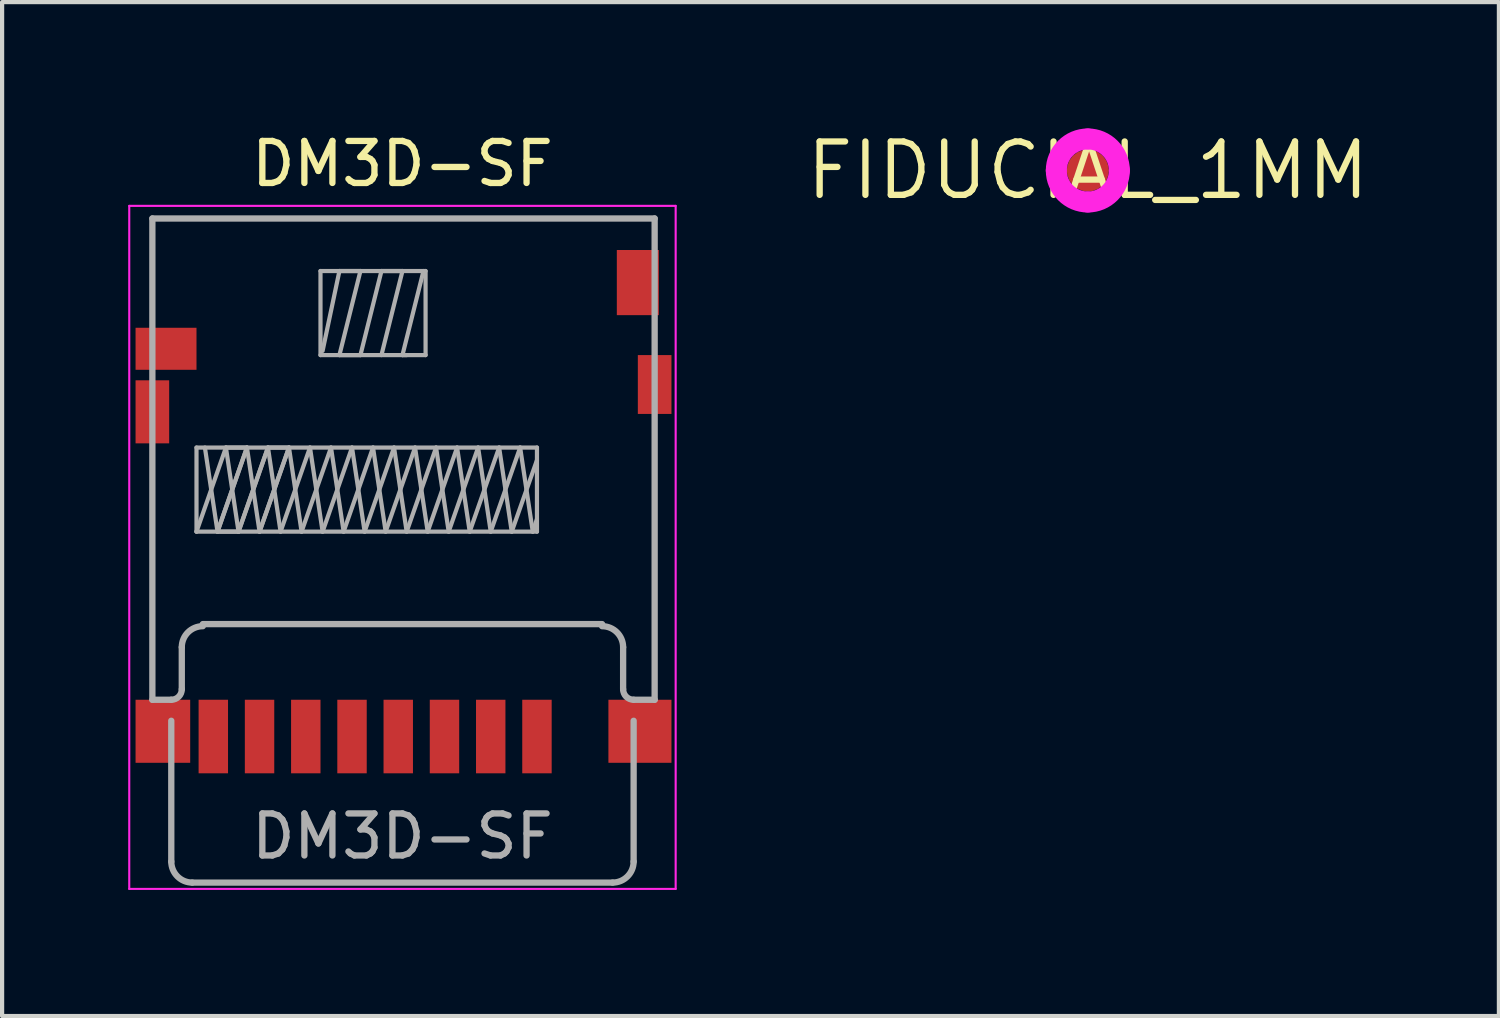
<source format=kicad_pcb>
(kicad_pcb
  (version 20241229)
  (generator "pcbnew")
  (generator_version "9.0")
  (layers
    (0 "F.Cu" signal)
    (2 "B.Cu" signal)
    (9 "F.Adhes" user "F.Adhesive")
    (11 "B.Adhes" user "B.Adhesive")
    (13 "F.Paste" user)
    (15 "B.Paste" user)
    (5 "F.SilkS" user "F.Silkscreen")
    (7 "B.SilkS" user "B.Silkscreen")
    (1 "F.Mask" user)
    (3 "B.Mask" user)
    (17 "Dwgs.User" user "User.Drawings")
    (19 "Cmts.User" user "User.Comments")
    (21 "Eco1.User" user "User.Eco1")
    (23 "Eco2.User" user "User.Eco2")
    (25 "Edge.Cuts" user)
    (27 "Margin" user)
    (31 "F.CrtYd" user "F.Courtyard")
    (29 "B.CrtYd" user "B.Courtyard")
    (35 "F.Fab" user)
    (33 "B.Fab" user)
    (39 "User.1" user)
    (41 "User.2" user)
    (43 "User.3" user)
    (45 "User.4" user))
  (footprint "DM3D-SF"
    (layer "F.Cu")
    (at 6.525 13.598)
    (property "Reference" "DM3D-SF" (at 0 -12.75 0) (layer "F.SilkS") (effects (font (size 1 1) (thickness 0.15))))
    (attr smd)
    (fp_line (start -6.5 -11.75) (end 6.5 -11.75) (stroke (width 0.05) (type solid)) (layer "F.CrtYd"))
    (fp_line (start -6.5 4.5) (end -6.5 -11.75) (stroke (width 0.05) (type solid)) (layer "F.CrtYd"))
    (fp_line (start 6.5 -11.75) (end 6.5 4.5) (stroke (width 0.05) (type solid)) (layer "F.CrtYd"))
    (fp_line (start 6.5 4.5) (end -6.5 4.5) (stroke (width 0.05) (type solid)) (layer "F.CrtYd"))
    (fp_line (start -5.95 -11.45) (end 6 -11.45) (stroke (width 0.15) (type solid)) (layer "F.Fab"))
    (fp_line (start -5.95 0) (end -5.95 -11.45) (stroke (width 0.15) (type solid)) (layer "F.Fab"))
    (fp_line (start -5.95 0) (end -5.5 0) (stroke (width 0.15) (type solid)) (layer "F.Fab"))
    (fp_line (start -5.5 0.5) (end -5.5 3.85) (stroke (width 0.15) (type solid)) (layer "F.Fab"))
    (fp_line (start -5.25 -0.25) (end -5.25 -1.25) (stroke (width 0.15) (type solid)) (layer "F.Fab"))
    (fp_line (start -5 4.35) (end 5 4.35) (stroke (width 0.15) (type solid)) (layer "F.Fab"))
    (fp_line (start -4.9 -6) (end -4.9 -4) (stroke (width 0.1) (type solid)) (layer "F.Fab"))
    (fp_line (start -4.9 -6) (end 3.2 -6) (stroke (width 0.1) (type solid)) (layer "F.Fab"))
    (fp_line (start -4.9 -4) (end -4.2 -6) (stroke (width 0.1) (type solid)) (layer "F.Fab"))
    (fp_line (start -4.9 -4) (end 3.2 -4) (stroke (width 0.1) (type solid)) (layer "F.Fab"))
    (fp_line (start -4.75 -1.8) (end 4.75 -1.8) (stroke (width 0.15) (type solid)) (layer "F.Fab"))
    (fp_line (start -4.7 -6) (end -4.4 -4) (stroke (width 0.1) (type solid)) (layer "F.Fab"))
    (fp_line (start -4.4 -4) (end -3.9 -4) (stroke (width 0.1) (type solid)) (layer "F.Fab"))
    (fp_line (start -4.4 -4) (end -3.7 -6) (stroke (width 0.1) (type solid)) (layer "F.Fab"))
    (fp_line (start -4.2 -6) (end -3.9 -4) (stroke (width 0.1) (type solid)) (layer "F.Fab"))
    (fp_line (start -4.2 -6) (end -3.7 -6) (stroke (width 0.1) (type solid)) (layer "F.Fab"))
    (fp_line (start -3.9 -4) (end -3.2 -6) (stroke (width 0.1) (type solid)) (layer "F.Fab"))
    (fp_line (start -3.9 -4) (end -3.2 -6) (stroke (width 0.1) (type solid)) (layer "F.Fab"))
    (fp_line (start -3.7 -6) (end -4.4 -4) (stroke (width 0.1) (type solid)) (layer "F.Fab"))
    (fp_line (start -3.7 -6) (end -3.4 -4) (stroke (width 0.1) (type solid)) (layer "F.Fab"))
    (fp_line (start -3.4 -4) (end -2.7 -6) (stroke (width 0.1) (type solid)) (layer "F.Fab"))
    (fp_line (start -3.2 -6) (end -2.9 -4) (stroke (width 0.1) (type solid)) (layer "F.Fab"))
    (fp_line (start -3.2 -6) (end -2.7 -6) (stroke (width 0.1) (type solid)) (layer "F.Fab"))
    (fp_line (start -2.9 -4) (end -2.2 -6) (stroke (width 0.1) (type solid)) (layer "F.Fab"))
    (fp_line (start -2.7 -6) (end -3.4 -4) (stroke (width 0.1) (type solid)) (layer "F.Fab"))
    (fp_line (start -2.7 -6) (end -2.4 -4) (stroke (width 0.1) (type solid)) (layer "F.Fab"))
    (fp_line (start -2.4 -4) (end -1.7 -6) (stroke (width 0.1) (type solid)) (layer "F.Fab"))
    (fp_line (start -2.2 -6) (end -1.9 -4) (stroke (width 0.1) (type solid)) (layer "F.Fab"))
    (fp_line (start -1.95 -10.2) (end -1.95 -8.2) (stroke (width 0.1) (type solid)) (layer "F.Fab"))
    (fp_line (start -1.9 -8.3) (end -1.5 -10.2) (stroke (width 0.1) (type solid)) (layer "F.Fab"))
    (fp_line (start -1.9 -4) (end -1.2 -6) (stroke (width 0.1) (type solid)) (layer "F.Fab"))
    (fp_line (start -1.7 -6) (end -1.4 -4) (stroke (width 0.1) (type solid)) (layer "F.Fab"))
    (fp_line (start -1.5 -10.2) (end -1 -10.2) (stroke (width 0.1) (type solid)) (layer "F.Fab"))
    (fp_line (start -1.5 -8.2) (end -1 -8.2) (stroke (width 0.1) (type solid)) (layer "F.Fab"))
    (fp_line (start -1.4 -4) (end -0.7 -6) (stroke (width 0.1) (type solid)) (layer "F.Fab"))
    (fp_line (start -1.2 -6) (end -0.9 -4) (stroke (width 0.1) (type solid)) (layer "F.Fab"))
    (fp_line (start -1 -10.2) (end -1.5 -8.2) (stroke (width 0.1) (type solid)) (layer "F.Fab"))
    (fp_line (start -1 -8.2) (end -0.5 -10.2) (stroke (width 0.1) (type solid)) (layer "F.Fab"))
    (fp_line (start -0.9 -4) (end -0.2 -6) (stroke (width 0.1) (type solid)) (layer "F.Fab"))
    (fp_line (start -0.7 -6) (end -0.4 -4) (stroke (width 0.1) (type solid)) (layer "F.Fab"))
    (fp_line (start -0.5 -10.2) (end 0 -10.2) (stroke (width 0.1) (type solid)) (layer "F.Fab"))
    (fp_line (start -0.4 -4) (end 0.3 -6) (stroke (width 0.1) (type solid)) (layer "F.Fab"))
    (fp_line (start -0.2 -6) (end 0.1 -4) (stroke (width 0.1) (type solid)) (layer "F.Fab"))
    (fp_line (start 0 -10.2) (end -0.5 -8.2) (stroke (width 0.1) (type solid)) (layer "F.Fab"))
    (fp_line (start 0 -8.2) (end 0.5 -10.2) (stroke (width 0.1) (type solid)) (layer "F.Fab"))
    (fp_line (start 0.1 -8.2) (end 0 -8.2) (stroke (width 0.1) (type solid)) (layer "F.Fab"))
    (fp_line (start 0.1 -4) (end 0.8 -6) (stroke (width 0.1) (type solid)) (layer "F.Fab"))
    (fp_line (start 0.3 -6) (end 0.6 -4) (stroke (width 0.1) (type solid)) (layer "F.Fab"))
    (fp_line (start 0.55 -10.2) (end -1.95 -10.2) (stroke (width 0.1) (type solid)) (layer "F.Fab"))
    (fp_line (start 0.55 -8.2) (end -1.95 -8.2) (stroke (width 0.1) (type solid)) (layer "F.Fab"))
    (fp_line (start 0.55 -8.2) (end 0.55 -10.2) (stroke (width 0.1) (type solid)) (layer "F.Fab"))
    (fp_line (start 0.6 -4) (end 1.3 -6) (stroke (width 0.1) (type solid)) (layer "F.Fab"))
    (fp_line (start 0.8 -6) (end 1.1 -4) (stroke (width 0.1) (type solid)) (layer "F.Fab"))
    (fp_line (start 1.1 -4) (end 1.8 -6) (stroke (width 0.1) (type solid)) (layer "F.Fab"))
    (fp_line (start 1.3 -6) (end 1.6 -4) (stroke (width 0.1) (type solid)) (layer "F.Fab"))
    (fp_line (start 1.6 -4) (end 2.3 -6) (stroke (width 0.1) (type solid)) (layer "F.Fab"))
    (fp_line (start 1.8 -6) (end 2.1 -4) (stroke (width 0.1) (type solid)) (layer "F.Fab"))
    (fp_line (start 2.1 -4) (end 2.8 -6) (stroke (width 0.1) (type solid)) (layer "F.Fab"))
    (fp_line (start 2.3 -6) (end 2.6 -4) (stroke (width 0.1) (type solid)) (layer "F.Fab"))
    (fp_line (start 2.6 -4) (end 3.2 -5.7) (stroke (width 0.1) (type solid)) (layer "F.Fab"))
    (fp_line (start 2.8 -6) (end 3.1 -4) (stroke (width 0.1) (type solid)) (layer "F.Fab"))
    (fp_line (start 3.1 -4) (end 3.2 -4.3) (stroke (width 0.1) (type solid)) (layer "F.Fab"))
    (fp_line (start 3.2 -4) (end 3.2 -6) (stroke (width 0.1) (type solid)) (layer "F.Fab"))
    (fp_line (start 5.25 -0.25) (end 5.25 -1.25) (stroke (width 0.15) (type solid)) (layer "F.Fab"))
    (fp_line (start 5.5 0) (end 6 0) (stroke (width 0.15) (type solid)) (layer "F.Fab"))
    (fp_line (start 5.5 3.85) (end 5.5 0.5) (stroke (width 0.15) (type solid)) (layer "F.Fab"))
    (fp_line (start 6 0) (end 6 -11.45) (stroke (width 0.15) (type solid)) (layer "F.Fab"))
    (fp_arc (start -5.25 -1.25) (mid -5.103553 -1.603553) (end -4.75 -1.75) (stroke (width 0.15) (type solid)) (layer "F.Fab"))
    (fp_arc (start -5.25 -0.25) (mid -5.323223 -0.073223) (end -5.5 0) (stroke (width 0.15) (type solid)) (layer "F.Fab"))
    (fp_arc (start -5 4.35) (mid -5.353553 4.203553) (end -5.5 3.85) (stroke (width 0.15) (type solid)) (layer "F.Fab"))
    (fp_arc (start 4.75 -1.75) (mid 5.103553 -1.603553) (end 5.25 -1.25) (stroke (width 0.15) (type solid)) (layer "F.Fab"))
    (fp_arc (start 5.5 0) (mid 5.323223 -0.073223) (end 5.25 -0.25) (stroke (width 0.15) (type solid)) (layer "F.Fab"))
    (fp_arc (start 5.5 3.85) (mid 5.353553 4.203553) (end 5 4.35) (stroke (width 0.15) (type solid)) (layer "F.Fab"))
    (fp_text user "${REFERENCE}" (at 0 3.25 0) (layer "F.Fab") (effects (font (size 1 1) (thickness 0.15))))
    (pad "1" smd rect (at 3.2 0.875) (size 0.7 1.75) (layers "F.Cu" "F.Mask" "F.Paste"))
    (pad "2" smd rect (at 2.1 0.875) (size 0.7 1.75) (layers "F.Cu" "F.Mask" "F.Paste"))
    (pad "3" smd rect (at 1 0.875) (size 0.7 1.75) (layers "F.Cu" "F.Mask" "F.Paste"))
    (pad "4" smd rect (at -0.1 0.875) (size 0.7 1.75) (layers "F.Cu" "F.Mask" "F.Paste"))
    (pad "5" smd rect (at -1.2 0.875) (size 0.7 1.75) (layers "F.Cu" "F.Mask" "F.Paste"))
    (pad "6" smd rect (at -2.3 0.875) (size 0.7 1.75) (layers "F.Cu" "F.Mask" "F.Paste"))
    (pad "7" smd rect (at -3.4 0.875) (size 0.7 1.75) (layers "F.Cu" "F.Mask" "F.Paste"))
    (pad "8" smd rect (at -4.5 0.875) (size 0.7 1.75) (layers "F.Cu" "F.Mask" "F.Paste"))
    (pad "9" smd rect (at -5.7 0.75) (size 1.3 1.5) (layers "F.Cu" "F.Mask" "F.Paste"))
    (pad "10" smd rect (at -5.95 -6.85) (size 0.8 1.5) (layers "F.Cu" "F.Mask" "F.Paste"))
    (pad "11" smd rect (at 6 -7.5) (size 0.8 1.4) (layers "F.Cu" "F.Mask" "F.Paste"))
    (pad "12" smd rect (at 5.65 0.75) (size 1.5 1.5) (layers "F.Cu" "F.Mask" "F.Paste"))
    (pad "A" smd rect (at 5.6 -9.925) (size 1 1.55) (layers "F.Cu" "F.Mask" "F.Paste"))
    (pad "B" smd rect (at -5.625 -8.35) (size 1.45 1) (layers "F.Cu" "F.Mask" "F.Paste")))
  (footprint "FIDUCIAL_1MM"
    (layer "F.Cu")
    (at 22.831 1.006)
    (property "Reference" "FIDUCIAL_1MM" (at 0 0 0) (layer "F.SilkS") (effects (font (size 1.27 1.27) (thickness 0.15))))
    (fp_arc (start -0.75 0) (mid -0.53033 -0.53033) (end 0 -0.75) (stroke (width 0.5) (type solid)) (layer "F.Mask"))
    (fp_arc (start 0 -0.75) (mid 0.53033 -0.53033) (end 0.75 0) (stroke (width 0.5) (type solid)) (layer "F.Mask"))
    (fp_arc (start 0 0.75) (mid -0.53033 0.53033) (end -0.75 0) (stroke (width 0.5) (type solid)) (layer "F.Mask"))
    (fp_arc (start 0.75 0) (mid 0.53033 0.53033) (end 0 0.75) (stroke (width 0.5) (type solid)) (layer "F.Mask"))
    (fp_arc (start -0.75 0) (mid -0.53033 -0.53033) (end 0 -0.75) (stroke (width 0.5) (type solid)) (layer "F.CrtYd"))
    (fp_arc (start 0 -0.75) (mid 0.53033 -0.53033) (end 0.75 0) (stroke (width 0.5) (type solid)) (layer "F.CrtYd"))
    (fp_arc (start 0 0.75) (mid -0.53033 0.53033) (end -0.75 0) (stroke (width 0.5) (type solid)) (layer "F.CrtYd"))
    (fp_arc (start 0.75 0) (mid 0.53033 0.53033) (end 0 0.75) (stroke (width 0.5) (type solid)) (layer "F.CrtYd"))
    (pad "1" smd roundrect (at 0 0) (size 1 1) (layers "F.Cu" "F.Mask") (roundrect_rratio 0.5)))
  (gr_rect
    (start -3 -3)
    (end 32.611 21.123)
    (stroke (width 0.1) (type default))
    (fill no)
    (layer "Edge.Cuts")))
</source>
